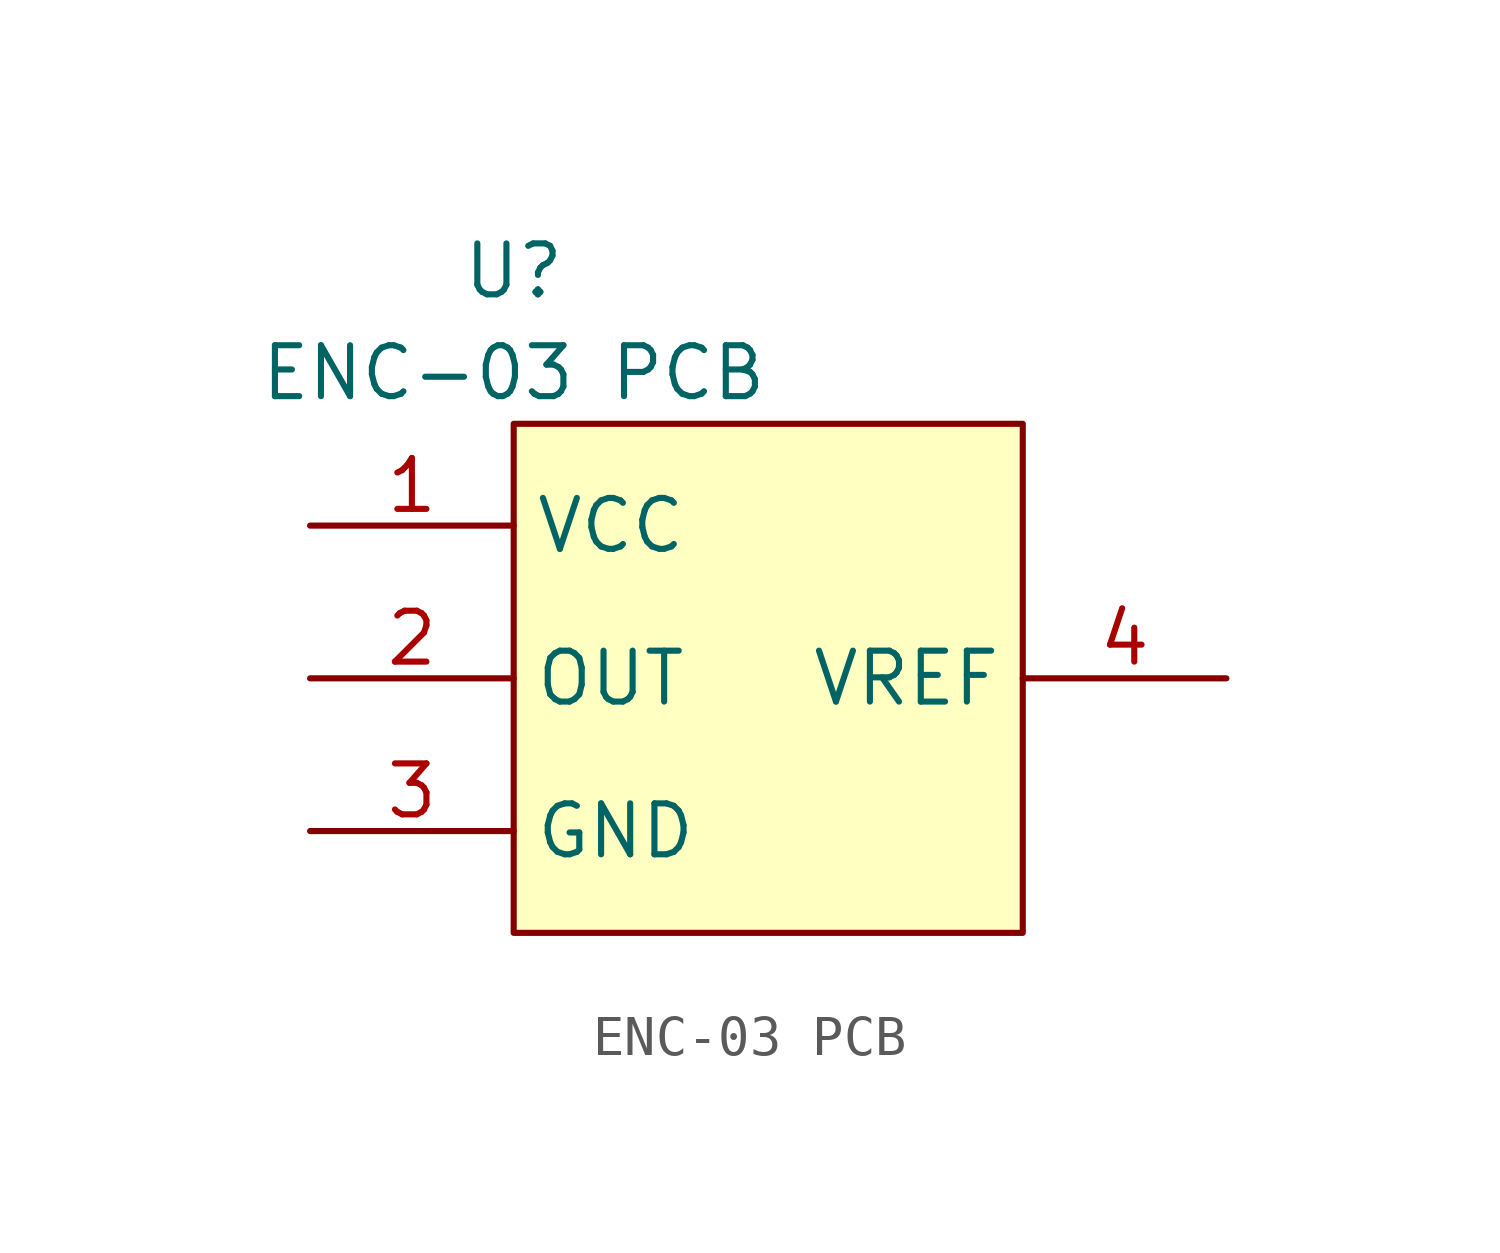
<source format=kicad_sym>
(kicad_symbol_lib
  (version 20211014)
  (generator kicad_symbol_editor)
  (symbol "ENC-03 PCB"
    (property "Reference" "U"
      (at 0 0 0)
      (effects (font (size 1.27 1.27))))
    (property "Value" "ENC-03 PCB"
      (at 0 -2.54 0)
      (effects (font (size 1.27 1.27))))
    (symbol "ENC-03 PCB_0_1"
      (rectangle (start 0 -3.81) (end 12.7 -16.51) (stroke (width 0) (type default) (color 0 0 0 0)) (fill (type background))))
    (symbol "ENC-03 PCB_1_1"
      (pin power_in line (at -5.08 -6.35 0) (length 5.08) (name "VCC" (effects (font (size 1.27 1.27)))) (number "1" (effects (font (size 1.27 1.27)))))
      (pin output line (at -5.08 -10.16 0) (length 5.08) (name "OUT" (effects (font (size 1.27 1.27)))) (number "2" (effects (font (size 1.27 1.27)))))
      (pin passive line (at -5.08 -13.97 0) (length 5.08) (name "GND" (effects (font (size 1.27 1.27)))) (number "3" (effects (font (size 1.27 1.27)))))
      (pin output line (at 17.78 -10.16 180) (length 5.08) (name "VREF" (effects (font (size 1.27 1.27)))) (number "4" (effects (font (size 1.27 1.27))))))))
</source>
